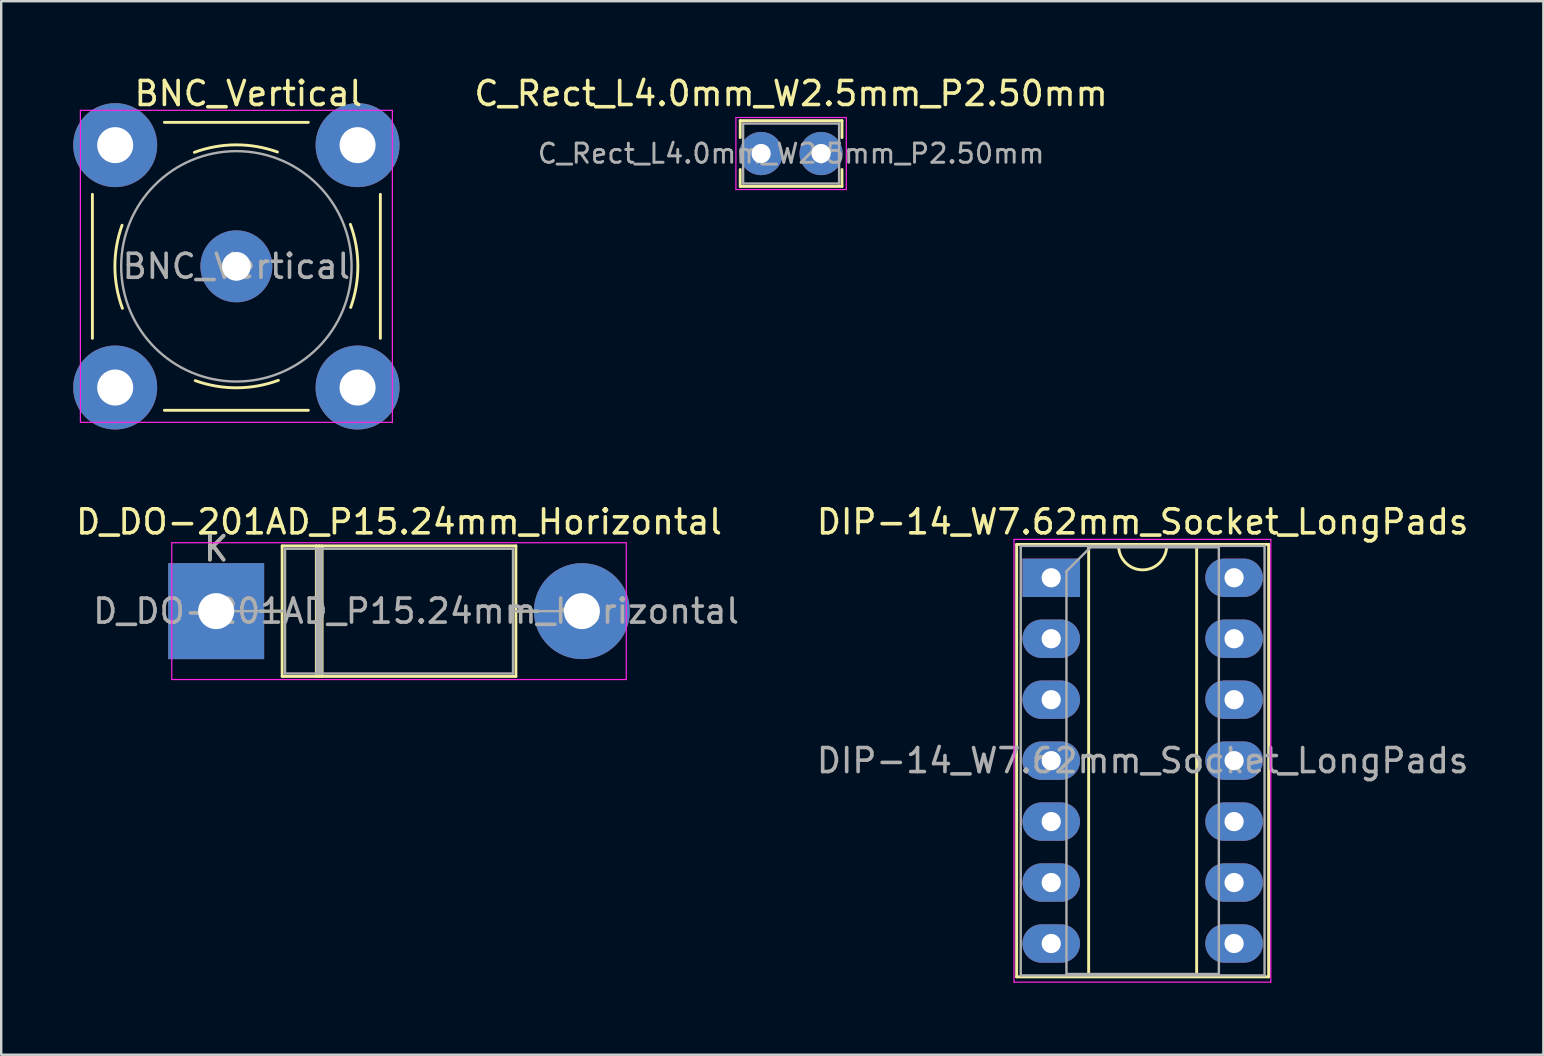
<source format=kicad_pcb>
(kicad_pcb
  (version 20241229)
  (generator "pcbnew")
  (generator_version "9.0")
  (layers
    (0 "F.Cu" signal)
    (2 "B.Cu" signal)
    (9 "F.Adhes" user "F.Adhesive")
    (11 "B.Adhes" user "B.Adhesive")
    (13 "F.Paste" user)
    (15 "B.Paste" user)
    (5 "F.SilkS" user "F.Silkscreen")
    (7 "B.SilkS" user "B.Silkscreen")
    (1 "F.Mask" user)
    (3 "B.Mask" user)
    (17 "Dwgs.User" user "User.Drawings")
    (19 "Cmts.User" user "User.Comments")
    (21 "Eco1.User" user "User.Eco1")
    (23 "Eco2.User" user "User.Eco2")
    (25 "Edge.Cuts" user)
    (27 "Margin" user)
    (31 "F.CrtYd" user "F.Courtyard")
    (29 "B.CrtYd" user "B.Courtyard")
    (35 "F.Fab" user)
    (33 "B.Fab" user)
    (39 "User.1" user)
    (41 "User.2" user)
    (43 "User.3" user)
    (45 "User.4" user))
  (footprint "C_Rect_L4.0mm_W2.5mm_P2.50mm"
    (layer "F.Cu")
    (at 28.665 3.348)
    (property "Reference" "C_Rect_L4.0mm_W2.5mm_P2.50mm" (at 1.25 -2.5 0) (layer "F.SilkS") (effects (font (size 1 1) (thickness 0.15))))
    (attr through_hole)
    (fp_line (start -0.87 -1.37) (end -0.87 -0.665) (stroke (width 0.12) (type solid)) (layer "F.SilkS"))
    (fp_line (start -0.87 -1.37) (end 3.37 -1.37) (stroke (width 0.12) (type solid)) (layer "F.SilkS"))
    (fp_line (start -0.87 0.665) (end -0.87 1.37) (stroke (width 0.12) (type solid)) (layer "F.SilkS"))
    (fp_line (start -0.87 1.37) (end 3.37 1.37) (stroke (width 0.12) (type solid)) (layer "F.SilkS"))
    (fp_line (start 3.37 -1.37) (end 3.37 -0.665) (stroke (width 0.12) (type solid)) (layer "F.SilkS"))
    (fp_line (start 3.37 0.665) (end 3.37 1.37) (stroke (width 0.12) (type solid)) (layer "F.SilkS"))
    (fp_line (start -1.05 -1.5) (end -1.05 1.5) (stroke (width 0.05) (type solid)) (layer "F.CrtYd"))
    (fp_line (start -1.05 1.5) (end 3.55 1.5) (stroke (width 0.05) (type solid)) (layer "F.CrtYd"))
    (fp_line (start 3.55 -1.5) (end -1.05 -1.5) (stroke (width 0.05) (type solid)) (layer "F.CrtYd"))
    (fp_line (start 3.55 1.5) (end 3.55 -1.5) (stroke (width 0.05) (type solid)) (layer "F.CrtYd"))
    (fp_line (start -0.75 -1.25) (end -0.75 1.25) (stroke (width 0.1) (type solid)) (layer "F.Fab"))
    (fp_line (start -0.75 1.25) (end 3.25 1.25) (stroke (width 0.1) (type solid)) (layer "F.Fab"))
    (fp_line (start 3.25 -1.25) (end -0.75 -1.25) (stroke (width 0.1) (type solid)) (layer "F.Fab"))
    (fp_line (start 3.25 1.25) (end 3.25 -1.25) (stroke (width 0.1) (type solid)) (layer "F.Fab"))
    (fp_text user "${REFERENCE}" (at 1.25 0 0) (layer "F.Fab") (effects (font (size 0.8 0.8) (thickness 0.12))))
    (pad "1" thru_hole circle (at 0 0) (size 1.8 1.8) (drill 0.8) (layers "*.Cu" "*.Mask"))
    (pad "2" thru_hole circle (at 2.5 0) (size 1.8 1.8) (drill 0.8) (layers "*.Cu" "*.Mask")))
  (footprint "DIP-14_W7.62mm_Socket_LongPads"
    (layer "F.Cu")
    (at 40.754 21.026)
    (property "Reference" "DIP-14_W7.62mm_Socket_LongPads" (at 3.81 -2.33 0) (layer "F.SilkS") (effects (font (size 1 1) (thickness 0.15))))
    (attr through_hole)
    (fp_line (start -1.44 -1.39) (end -1.44 16.63) (stroke (width 0.12) (type solid)) (layer "F.SilkS"))
    (fp_line (start -1.44 16.63) (end 9.06 16.63) (stroke (width 0.12) (type solid)) (layer "F.SilkS"))
    (fp_line (start 1.56 -1.33) (end 1.56 16.57) (stroke (width 0.12) (type solid)) (layer "F.SilkS"))
    (fp_line (start 1.56 16.57) (end 6.06 16.57) (stroke (width 0.12) (type solid)) (layer "F.SilkS"))
    (fp_line (start 2.81 -1.33) (end 1.56 -1.33) (stroke (width 0.12) (type solid)) (layer "F.SilkS"))
    (fp_line (start 6.06 -1.33) (end 4.81 -1.33) (stroke (width 0.12) (type solid)) (layer "F.SilkS"))
    (fp_line (start 6.06 16.57) (end 6.06 -1.33) (stroke (width 0.12) (type solid)) (layer "F.SilkS"))
    (fp_line (start 9.06 -1.39) (end -1.44 -1.39) (stroke (width 0.12) (type solid)) (layer "F.SilkS"))
    (fp_line (start 9.06 16.63) (end 9.06 -1.39) (stroke (width 0.12) (type solid)) (layer "F.SilkS"))
    (fp_arc (start 4.81 -1.33) (mid 3.81 -0.33) (end 2.81 -1.33) (stroke (width 0.12) (type solid)) (layer "F.SilkS"))
    (fp_line (start -1.55 -1.6) (end -1.55 16.85) (stroke (width 0.05) (type solid)) (layer "F.CrtYd"))
    (fp_line (start -1.55 16.85) (end 9.15 16.85) (stroke (width 0.05) (type solid)) (layer "F.CrtYd"))
    (fp_line (start 9.15 -1.6) (end -1.55 -1.6) (stroke (width 0.05) (type solid)) (layer "F.CrtYd"))
    (fp_line (start 9.15 16.85) (end 9.15 -1.6) (stroke (width 0.05) (type solid)) (layer "F.CrtYd"))
    (fp_line (start -1.27 -1.33) (end -1.27 16.57) (stroke (width 0.1) (type solid)) (layer "F.Fab"))
    (fp_line (start -1.27 16.57) (end 8.89 16.57) (stroke (width 0.1) (type solid)) (layer "F.Fab"))
    (fp_line (start 0.635 -0.27) (end 1.635 -1.27) (stroke (width 0.1) (type solid)) (layer "F.Fab"))
    (fp_line (start 0.635 16.51) (end 0.635 -0.27) (stroke (width 0.1) (type solid)) (layer "F.Fab"))
    (fp_line (start 1.635 -1.27) (end 6.985 -1.27) (stroke (width 0.1) (type solid)) (layer "F.Fab"))
    (fp_line (start 6.985 -1.27) (end 6.985 16.51) (stroke (width 0.1) (type solid)) (layer "F.Fab"))
    (fp_line (start 6.985 16.51) (end 0.635 16.51) (stroke (width 0.1) (type solid)) (layer "F.Fab"))
    (fp_line (start 8.89 -1.33) (end -1.27 -1.33) (stroke (width 0.1) (type solid)) (layer "F.Fab"))
    (fp_line (start 8.89 16.57) (end 8.89 -1.33) (stroke (width 0.1) (type solid)) (layer "F.Fab"))
    (fp_text user "${REFERENCE}" (at 3.81 7.62 0) (layer "F.Fab") (effects (font (size 1 1) (thickness 0.15))))
    (pad "1" thru_hole rect (at 0 0) (size 2.4 1.6) (drill 0.8) (layers "*.Cu" "*.Mask"))
    (pad "2" thru_hole oval (at 0 2.54) (size 2.4 1.6) (drill 0.8) (layers "*.Cu" "*.Mask"))
    (pad "3" thru_hole oval (at 0 5.08) (size 2.4 1.6) (drill 0.8) (layers "*.Cu" "*.Mask"))
    (pad "4" thru_hole oval (at 0 7.62) (size 2.4 1.6) (drill 0.8) (layers "*.Cu" "*.Mask"))
    (pad "5" thru_hole oval (at 0 10.16) (size 2.4 1.6) (drill 0.8) (layers "*.Cu" "*.Mask"))
    (pad "6" thru_hole oval (at 0 12.7) (size 2.4 1.6) (drill 0.8) (layers "*.Cu" "*.Mask"))
    (pad "7" thru_hole oval (at 0 15.24) (size 2.4 1.6) (drill 0.8) (layers "*.Cu" "*.Mask"))
    (pad "8" thru_hole oval (at 7.62 15.24) (size 2.4 1.6) (drill 0.8) (layers "*.Cu" "*.Mask"))
    (pad "9" thru_hole oval (at 7.62 12.7) (size 2.4 1.6) (drill 0.8) (layers "*.Cu" "*.Mask"))
    (pad "10" thru_hole oval (at 7.62 10.16) (size 2.4 1.6) (drill 0.8) (layers "*.Cu" "*.Mask"))
    (pad "11" thru_hole oval (at 7.62 7.62) (size 2.4 1.6) (drill 0.8) (layers "*.Cu" "*.Mask"))
    (pad "12" thru_hole oval (at 7.62 5.08) (size 2.4 1.6) (drill 0.8) (layers "*.Cu" "*.Mask"))
    (pad "13" thru_hole oval (at 7.62 2.54) (size 2.4 1.6) (drill 0.8) (layers "*.Cu" "*.Mask"))
    (pad "14" thru_hole oval (at 7.62 0) (size 2.4 1.6) (drill 0.8) (layers "*.Cu" "*.Mask")))
  (footprint "D_DO-201AD_P15.24mm_Horizontal"
    (layer "F.Cu")
    (at 5.957 22.416)
    (property "Reference" "D_DO-201AD_P15.24mm_Horizontal" (at 7.62 -3.72 0) (layer "F.SilkS") (effects (font (size 1 1) (thickness 0.15))))
    (attr through_hole)
    (fp_line (start 1.84 0) (end 2.75 0) (stroke (width 0.12) (type solid)) (layer "F.SilkS"))
    (fp_line (start 2.75 -2.72) (end 2.75 2.72) (stroke (width 0.12) (type solid)) (layer "F.SilkS"))
    (fp_line (start 2.75 2.72) (end 12.49 2.72) (stroke (width 0.12) (type solid)) (layer "F.SilkS"))
    (fp_line (start 4.175 -2.72) (end 4.175 2.72) (stroke (width 0.12) (type solid)) (layer "F.SilkS"))
    (fp_line (start 4.295 -2.72) (end 4.295 2.72) (stroke (width 0.12) (type solid)) (layer "F.SilkS"))
    (fp_line (start 4.415 -2.72) (end 4.415 2.72) (stroke (width 0.12) (type solid)) (layer "F.SilkS"))
    (fp_line (start 12.49 -2.72) (end 2.75 -2.72) (stroke (width 0.12) (type solid)) (layer "F.SilkS"))
    (fp_line (start 12.49 2.72) (end 12.49 -2.72) (stroke (width 0.12) (type solid)) (layer "F.SilkS"))
    (fp_line (start 13.4 0) (end 12.49 0) (stroke (width 0.12) (type solid)) (layer "F.SilkS"))
    (fp_line (start -1.85 -2.85) (end -1.85 2.85) (stroke (width 0.05) (type solid)) (layer "F.CrtYd"))
    (fp_line (start -1.85 2.85) (end 17.09 2.85) (stroke (width 0.05) (type solid)) (layer "F.CrtYd"))
    (fp_line (start 17.09 -2.85) (end -1.85 -2.85) (stroke (width 0.05) (type solid)) (layer "F.CrtYd"))
    (fp_line (start 17.09 2.85) (end 17.09 -2.85) (stroke (width 0.05) (type solid)) (layer "F.CrtYd"))
    (fp_line (start 0 0) (end 2.87 0) (stroke (width 0.1) (type solid)) (layer "F.Fab"))
    (fp_line (start 2.87 -2.6) (end 2.87 2.6) (stroke (width 0.1) (type solid)) (layer "F.Fab"))
    (fp_line (start 2.87 2.6) (end 12.37 2.6) (stroke (width 0.1) (type solid)) (layer "F.Fab"))
    (fp_line (start 4.195 -2.6) (end 4.195 2.6) (stroke (width 0.1) (type solid)) (layer "F.Fab"))
    (fp_line (start 4.295 -2.6) (end 4.295 2.6) (stroke (width 0.1) (type solid)) (layer "F.Fab"))
    (fp_line (start 4.395 -2.6) (end 4.395 2.6) (stroke (width 0.1) (type solid)) (layer "F.Fab"))
    (fp_line (start 12.37 -2.6) (end 2.87 -2.6) (stroke (width 0.1) (type solid)) (layer "F.Fab"))
    (fp_line (start 12.37 2.6) (end 12.37 -2.6) (stroke (width 0.1) (type solid)) (layer "F.Fab"))
    (fp_line (start 15.24 0) (end 12.37 0) (stroke (width 0.1) (type solid)) (layer "F.Fab"))
    (fp_text user "K" (at 0 -2.6 0) (layer "F.SilkS") (effects (font (size 1 1) (thickness 0.15))))
    (fp_text user "K" (at 0 -2.6 0) (layer "F.Fab") (effects (font (size 1 1) (thickness 0.15))))
    (fp_text user "${REFERENCE}" (at 8.332 0 0) (layer "F.Fab") (effects (font (size 1 1) (thickness 0.15))))
    (pad "1" thru_hole rect (at 0 0) (size 4 4) (drill 1.5) (layers "*.Cu" "*.Mask"))
    (pad "2" thru_hole oval (at 15.24 0) (size 4 4) (drill 1.5) (layers "*.Cu" "*.Mask")))
  (footprint "BNC_Vertical"
    (layer "F.Cu")
    (at 6.8 8.048)
    (property "Reference" "BNC_Vertical" (at 0.5 -7.2 0) (layer "F.SilkS") (effects (font (size 1 1) (thickness 0.15))))
    (attr through_hole)
    (fp_line (start -6 3) (end -6 -3) (stroke (width 0.12) (type solid)) (layer "F.SilkS"))
    (fp_line (start -3 -6) (end 3 -6) (stroke (width 0.12) (type solid)) (layer "F.SilkS"))
    (fp_line (start 3 6) (end -3 6) (stroke (width 0.12) (type solid)) (layer "F.SilkS"))
    (fp_line (start 6 -3) (end 6 3) (stroke (width 0.12) (type solid)) (layer "F.SilkS"))
    (fp_arc (start -4.75 1.75) (mid -5.062075 0.019867) (end -4.763589 -1.712663) (stroke (width 0.12) (type solid)) (layer "F.SilkS"))
    (fp_arc (start -1.75 -4.75) (mid -0.019867 -5.062075) (end 1.712663 -4.763589) (stroke (width 0.12) (type solid)) (layer "F.SilkS"))
    (fp_arc (start 1.75 4.75) (mid 0.019867 5.062075) (end -1.712663 4.763589) (stroke (width 0.12) (type solid)) (layer "F.SilkS"))
    (fp_arc (start 4.75 -1.75) (mid 5.062075 -0.019867) (end 4.763589 1.712663) (stroke (width 0.12) (type solid)) (layer "F.SilkS"))
    (fp_line (start -6.5 -6.5) (end 6.5 -6.5) (stroke (width 0.05) (type solid)) (layer "F.CrtYd"))
    (fp_line (start -6.5 6.5) (end -6.5 -6.5) (stroke (width 0.05) (type solid)) (layer "F.CrtYd"))
    (fp_line (start 6.5 -6.5) (end 6.5 6.5) (stroke (width 0.05) (type solid)) (layer "F.CrtYd"))
    (fp_line (start 6.5 6.5) (end -6.5 6.5) (stroke (width 0.05) (type solid)) (layer "F.CrtYd"))
    (fp_circle (center 0 0) (end 4.8 0) (stroke (width 0.1) (type solid)) (fill no) (layer "F.Fab"))
    (fp_text user "${REFERENCE}" (at 0 0 0) (layer "F.Fab") (effects (font (size 1 1) (thickness 0.15))))
    (pad "1" thru_hole circle (at 0 0) (size 3 3) (drill 1.2) (layers "*.Cu" "*.Mask"))
    (pad "2" thru_hole circle (at -5.05 -5.05) (size 3.5 3.5) (drill 1.5) (layers "*.Cu" "*.Mask"))
    (pad "2" thru_hole circle (at -5.05 5.05) (size 3.5 3.5) (drill 1.5) (layers "*.Cu" "*.Mask"))
    (pad "2" thru_hole circle (at 5.05 -5.05) (size 3.5 3.5) (drill 1.5) (layers "*.Cu" "*.Mask"))
    (pad "2" thru_hole circle (at 5.05 5.05) (size 3.5 3.5) (drill 1.5) (layers "*.Cu" "*.Mask")))
  (gr_rect
    (start -3 -3)
    (end 61.26 40.901)
    (stroke (width 0.1) (type default))
    (fill no)
    (layer "Edge.Cuts")))
</source>
